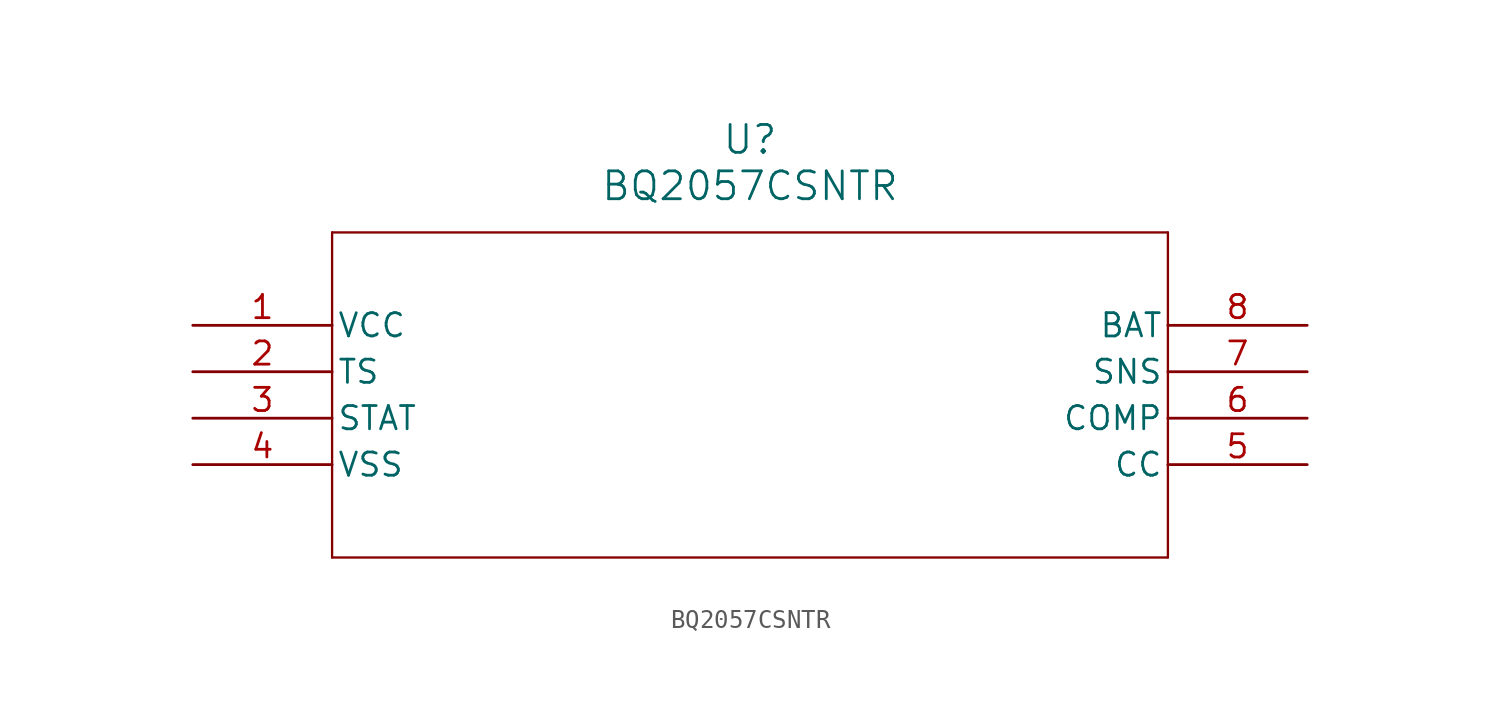
<source format=kicad_sym>
(kicad_symbol_lib
  (version 20211014)
  (generator kicad_symbol_editor)
  (symbol "BQ2057CSNTR"
    (pin_names
      (offset 0.254))
    (property "Reference" "U"
      (at 30.48 10.16 0)
      (effects (font (size 1.524 1.524))))
    (property "Value" "BQ2057CSNTR"
      (at 30.48 7.62 0)
      (effects (font (size 1.524 1.524))))
    (symbol "BQ2057CSNTR_0_1"
      (polyline (pts (xy 7.62 5.08) (xy 7.62 -12.7)) (stroke (width 0.127) (type default) (color 0 0 0 0)) (fill (type none)))
      (polyline (pts (xy 7.62 -12.7) (xy 53.34 -12.7)) (stroke (width 0.127) (type default) (color 0 0 0 0)) (fill (type none)))
      (polyline (pts (xy 53.34 -12.7) (xy 53.34 5.08)) (stroke (width 0.127) (type default) (color 0 0 0 0)) (fill (type none)))
      (polyline (pts (xy 53.34 5.08) (xy 7.62 5.08)) (stroke (width 0.127) (type default) (color 0 0 0 0)) (fill (type none)))
      (pin power_in line (at 0 0 0) (length 7.62) (name "VCC" (effects (font (size 1.27 1.27)))) (number "1" (effects (font (size 1.27 1.27)))))
      (pin input line (at 0 -2.54 0) (length 7.62) (name "TS" (effects (font (size 1.27 1.27)))) (number "2" (effects (font (size 1.27 1.27)))))
      (pin output line (at 0 -5.08 0) (length 7.62) (name "STAT" (effects (font (size 1.27 1.27)))) (number "3" (effects (font (size 1.27 1.27)))))
      (pin power_in line (at 0 -7.62 0) (length 7.62) (name "VSS" (effects (font (size 1.27 1.27)))) (number "4" (effects (font (size 1.27 1.27)))))
      (pin output line (at 60.96 -7.62 180) (length 7.62) (name "CC" (effects (font (size 1.27 1.27)))) (number "5" (effects (font (size 1.27 1.27)))))
      (pin input line (at 60.96 -5.08 180) (length 7.62) (name "COMP" (effects (font (size 1.27 1.27)))) (number "6" (effects (font (size 1.27 1.27)))))
      (pin input line (at 60.96 -2.54 180) (length 7.62) (name "SNS" (effects (font (size 1.27 1.27)))) (number "7" (effects (font (size 1.27 1.27)))))
      (pin input line (at 60.96 0 180) (length 7.62) (name "BAT" (effects (font (size 1.27 1.27)))) (number "8" (effects (font (size 1.27 1.27))))))))
</source>
